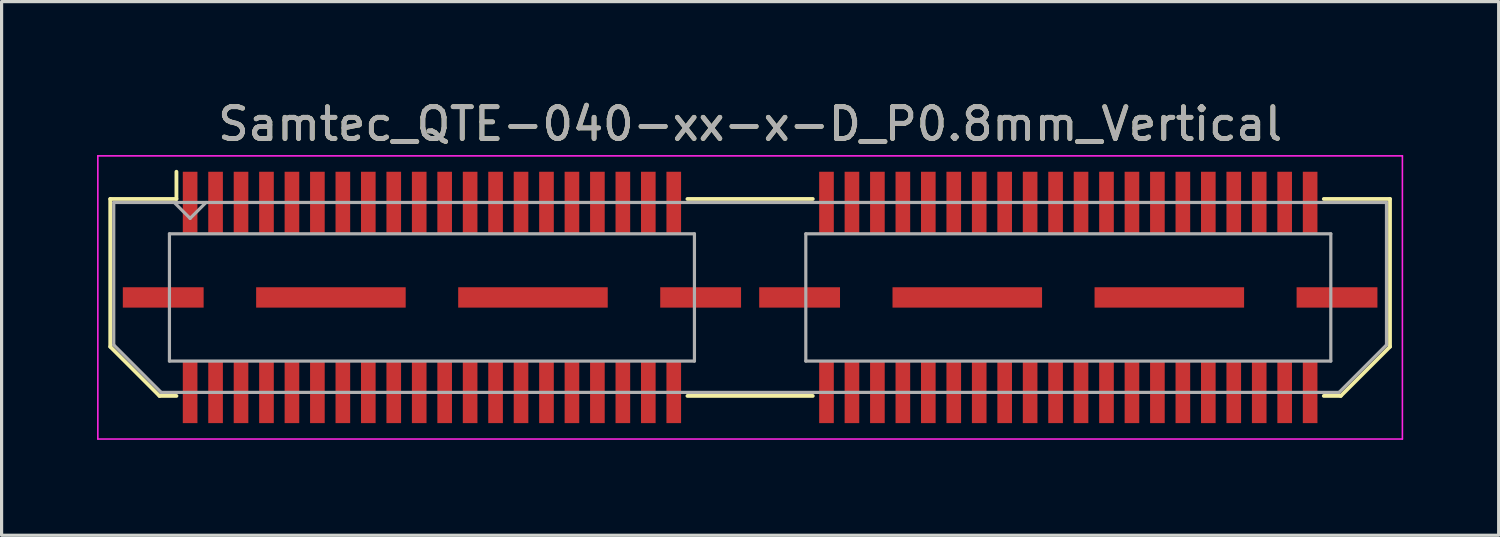
<source format=kicad_pcb>
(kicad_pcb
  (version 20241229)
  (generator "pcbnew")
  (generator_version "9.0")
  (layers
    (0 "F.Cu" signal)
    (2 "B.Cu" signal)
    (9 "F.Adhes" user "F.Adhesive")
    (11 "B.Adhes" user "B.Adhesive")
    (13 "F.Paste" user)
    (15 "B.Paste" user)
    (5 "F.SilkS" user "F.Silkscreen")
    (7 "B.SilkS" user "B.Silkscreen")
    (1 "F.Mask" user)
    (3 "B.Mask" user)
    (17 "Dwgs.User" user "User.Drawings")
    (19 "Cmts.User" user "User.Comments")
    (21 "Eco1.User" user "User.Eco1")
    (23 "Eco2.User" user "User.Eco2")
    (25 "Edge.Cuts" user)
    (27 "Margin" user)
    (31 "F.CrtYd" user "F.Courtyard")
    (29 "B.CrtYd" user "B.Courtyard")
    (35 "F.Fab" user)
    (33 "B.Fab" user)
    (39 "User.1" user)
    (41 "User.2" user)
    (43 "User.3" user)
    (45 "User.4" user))
  (footprint "Samtec_QTE-040-xx-x-D_P0.8mm_Vertical"
    (layer "F.Cu")
    (at 20.525 6.298)
    (property "Reference" "Samtec_QTE-040-xx-x-D_P0.8mm_Vertical" (at 0 -5.45 0) (layer "F.SilkS") (effects (font (size 1 1) (thickness 0.15))))
    (attr smd)
    (fp_line (start -20.11 -3.095) (end -20.11 1.548) (stroke (width 0.12) (type solid)) (layer "F.SilkS"))
    (fp_line (start -20.11 1.548) (end -18.562 3.095) (stroke (width 0.12) (type solid)) (layer "F.SilkS"))
    (fp_line (start -18.562 3.095) (end -18.03 3.095) (stroke (width 0.12) (type solid)) (layer "F.SilkS"))
    (fp_line (start -18.03 -3.95) (end -18.03 -3.095) (stroke (width 0.12) (type solid)) (layer "F.SilkS"))
    (fp_line (start -18.03 -3.095) (end -20.11 -3.095) (stroke (width 0.12) (type solid)) (layer "F.SilkS"))
    (fp_line (start -1.97 -3.095) (end 1.97 -3.095) (stroke (width 0.12) (type solid)) (layer "F.SilkS"))
    (fp_line (start -1.97 3.095) (end 1.97 3.095) (stroke (width 0.12) (type solid)) (layer "F.SilkS"))
    (fp_line (start 18.03 -3.095) (end 20.11 -3.095) (stroke (width 0.12) (type solid)) (layer "F.SilkS"))
    (fp_line (start 18.562 3.095) (end 18.03 3.095) (stroke (width 0.12) (type solid)) (layer "F.SilkS"))
    (fp_line (start 20.11 -3.095) (end 20.11 1.548) (stroke (width 0.12) (type solid)) (layer "F.SilkS"))
    (fp_line (start 20.11 1.548) (end 18.562 3.095) (stroke (width 0.12) (type solid)) (layer "F.SilkS"))
    (fp_line (start -20.5 -4.45) (end -20.5 4.45) (stroke (width 0.05) (type solid)) (layer "F.CrtYd"))
    (fp_line (start -20.5 4.45) (end 20.5 4.45) (stroke (width 0.05) (type solid)) (layer "F.CrtYd"))
    (fp_line (start 20.5 -4.45) (end -20.5 -4.45) (stroke (width 0.05) (type solid)) (layer "F.CrtYd"))
    (fp_line (start 20.5 4.45) (end 20.5 -4.45) (stroke (width 0.05) (type solid)) (layer "F.CrtYd"))
    (fp_line (start -20 -2.985) (end -20 1.492) (stroke (width 0.1) (type solid)) (layer "F.Fab"))
    (fp_line (start -20 -2.985) (end 20 -2.985) (stroke (width 0.1) (type solid)) (layer "F.Fab"))
    (fp_line (start -20 1.492) (end -18.508 2.985) (stroke (width 0.1) (type solid)) (layer "F.Fab"))
    (fp_line (start -18.508 2.985) (end 18.508 2.985) (stroke (width 0.1) (type solid)) (layer "F.Fab"))
    (fp_line (start -18.25 -2) (end -18.25 2) (stroke (width 0.1) (type solid)) (layer "F.Fab"))
    (fp_line (start -18.25 2) (end -1.75 2) (stroke (width 0.1) (type solid)) (layer "F.Fab"))
    (fp_line (start -17.6 -2.485) (end -18.1 -2.985) (stroke (width 0.1) (type solid)) (layer "F.Fab"))
    (fp_line (start -17.1 -2.985) (end -17.6 -2.485) (stroke (width 0.1) (type solid)) (layer "F.Fab"))
    (fp_line (start -1.75 -2) (end -18.25 -2) (stroke (width 0.1) (type solid)) (layer "F.Fab"))
    (fp_line (start -1.75 2) (end -1.75 -2) (stroke (width 0.1) (type solid)) (layer "F.Fab"))
    (fp_line (start 1.75 -2) (end 1.75 2) (stroke (width 0.1) (type solid)) (layer "F.Fab"))
    (fp_line (start 1.75 2) (end 18.25 2) (stroke (width 0.1) (type solid)) (layer "F.Fab"))
    (fp_line (start 18.25 -2) (end 1.75 -2) (stroke (width 0.1) (type solid)) (layer "F.Fab"))
    (fp_line (start 18.25 2) (end 18.25 -2) (stroke (width 0.1) (type solid)) (layer "F.Fab"))
    (fp_line (start 20 -2.985) (end 20 1.492) (stroke (width 0.1) (type solid)) (layer "F.Fab"))
    (fp_line (start 20 1.492) (end 18.508 2.985) (stroke (width 0.1) (type solid)) (layer "F.Fab"))
    (fp_text user "${REFERENCE}" (at 0 -5.45 0) (layer "F.Fab") (effects (font (size 1 1) (thickness 0.15))))
    (pad "1" smd rect (at -17.6 -2.98) (size 0.46 1.94) (layers "F.Cu" "F.Mask" "F.Paste"))
    (pad "2" smd rect (at -17.6 2.98) (size 0.46 1.94) (layers "F.Cu" "F.Mask" "F.Paste"))
    (pad "3" smd rect (at -16.8 -2.98) (size 0.46 1.94) (layers "F.Cu" "F.Mask" "F.Paste"))
    (pad "4" smd rect (at -16.8 2.98) (size 0.46 1.94) (layers "F.Cu" "F.Mask" "F.Paste"))
    (pad "5" smd rect (at -16 -2.98) (size 0.46 1.94) (layers "F.Cu" "F.Mask" "F.Paste"))
    (pad "6" smd rect (at -16 2.98) (size 0.46 1.94) (layers "F.Cu" "F.Mask" "F.Paste"))
    (pad "7" smd rect (at -15.2 -2.98) (size 0.46 1.94) (layers "F.Cu" "F.Mask" "F.Paste"))
    (pad "8" smd rect (at -15.2 2.98) (size 0.46 1.94) (layers "F.Cu" "F.Mask" "F.Paste"))
    (pad "9" smd rect (at -14.4 -2.98) (size 0.46 1.94) (layers "F.Cu" "F.Mask" "F.Paste"))
    (pad "10" smd rect (at -14.4 2.98) (size 0.46 1.94) (layers "F.Cu" "F.Mask" "F.Paste"))
    (pad "11" smd rect (at -13.6 -2.98) (size 0.46 1.94) (layers "F.Cu" "F.Mask" "F.Paste"))
    (pad "12" smd rect (at -13.6 2.98) (size 0.46 1.94) (layers "F.Cu" "F.Mask" "F.Paste"))
    (pad "13" smd rect (at -12.8 -2.98) (size 0.46 1.94) (layers "F.Cu" "F.Mask" "F.Paste"))
    (pad "14" smd rect (at -12.8 2.98) (size 0.46 1.94) (layers "F.Cu" "F.Mask" "F.Paste"))
    (pad "15" smd rect (at -12 -2.98) (size 0.46 1.94) (layers "F.Cu" "F.Mask" "F.Paste"))
    (pad "16" smd rect (at -12 2.98) (size 0.46 1.94) (layers "F.Cu" "F.Mask" "F.Paste"))
    (pad "17" smd rect (at -11.2 -2.98) (size 0.46 1.94) (layers "F.Cu" "F.Mask" "F.Paste"))
    (pad "18" smd rect (at -11.2 2.98) (size 0.46 1.94) (layers "F.Cu" "F.Mask" "F.Paste"))
    (pad "19" smd rect (at -10.4 -2.98) (size 0.46 1.94) (layers "F.Cu" "F.Mask" "F.Paste"))
    (pad "20" smd rect (at -10.4 2.98) (size 0.46 1.94) (layers "F.Cu" "F.Mask" "F.Paste"))
    (pad "21" smd rect (at -9.6 -2.98) (size 0.46 1.94) (layers "F.Cu" "F.Mask" "F.Paste"))
    (pad "22" smd rect (at -9.6 2.98) (size 0.46 1.94) (layers "F.Cu" "F.Mask" "F.Paste"))
    (pad "23" smd rect (at -8.8 -2.98) (size 0.46 1.94) (layers "F.Cu" "F.Mask" "F.Paste"))
    (pad "24" smd rect (at -8.8 2.98) (size 0.46 1.94) (layers "F.Cu" "F.Mask" "F.Paste"))
    (pad "25" smd rect (at -8 -2.98) (size 0.46 1.94) (layers "F.Cu" "F.Mask" "F.Paste"))
    (pad "26" smd rect (at -8 2.98) (size 0.46 1.94) (layers "F.Cu" "F.Mask" "F.Paste"))
    (pad "27" smd rect (at -7.2 -2.98) (size 0.46 1.94) (layers "F.Cu" "F.Mask" "F.Paste"))
    (pad "28" smd rect (at -7.2 2.98) (size 0.46 1.94) (layers "F.Cu" "F.Mask" "F.Paste"))
    (pad "29" smd rect (at -6.4 -2.98) (size 0.46 1.94) (layers "F.Cu" "F.Mask" "F.Paste"))
    (pad "30" smd rect (at -6.4 2.98) (size 0.46 1.94) (layers "F.Cu" "F.Mask" "F.Paste"))
    (pad "31" smd rect (at -5.6 -2.98) (size 0.46 1.94) (layers "F.Cu" "F.Mask" "F.Paste"))
    (pad "32" smd rect (at -5.6 2.98) (size 0.46 1.94) (layers "F.Cu" "F.Mask" "F.Paste"))
    (pad "33" smd rect (at -4.8 -2.98) (size 0.46 1.94) (layers "F.Cu" "F.Mask" "F.Paste"))
    (pad "34" smd rect (at -4.8 2.98) (size 0.46 1.94) (layers "F.Cu" "F.Mask" "F.Paste"))
    (pad "35" smd rect (at -4 -2.98) (size 0.46 1.94) (layers "F.Cu" "F.Mask" "F.Paste"))
    (pad "36" smd rect (at -4 2.98) (size 0.46 1.94) (layers "F.Cu" "F.Mask" "F.Paste"))
    (pad "37" smd rect (at -3.2 -2.98) (size 0.46 1.94) (layers "F.Cu" "F.Mask" "F.Paste"))
    (pad "38" smd rect (at -3.2 2.98) (size 0.46 1.94) (layers "F.Cu" "F.Mask" "F.Paste"))
    (pad "39" smd rect (at -2.4 -2.98) (size 0.46 1.94) (layers "F.Cu" "F.Mask" "F.Paste"))
    (pad "40" smd rect (at -2.4 2.98) (size 0.46 1.94) (layers "F.Cu" "F.Mask" "F.Paste"))
    (pad "41" smd rect (at 2.4 -2.98) (size 0.46 1.94) (layers "F.Cu" "F.Mask" "F.Paste"))
    (pad "42" smd rect (at 2.4 2.98) (size 0.46 1.94) (layers "F.Cu" "F.Mask" "F.Paste"))
    (pad "43" smd rect (at 3.2 -2.98) (size 0.46 1.94) (layers "F.Cu" "F.Mask" "F.Paste"))
    (pad "44" smd rect (at 3.2 2.98) (size 0.46 1.94) (layers "F.Cu" "F.Mask" "F.Paste"))
    (pad "45" smd rect (at 4 -2.98) (size 0.46 1.94) (layers "F.Cu" "F.Mask" "F.Paste"))
    (pad "46" smd rect (at 4 2.98) (size 0.46 1.94) (layers "F.Cu" "F.Mask" "F.Paste"))
    (pad "47" smd rect (at 4.8 -2.98) (size 0.46 1.94) (layers "F.Cu" "F.Mask" "F.Paste"))
    (pad "48" smd rect (at 4.8 2.98) (size 0.46 1.94) (layers "F.Cu" "F.Mask" "F.Paste"))
    (pad "49" smd rect (at 5.6 -2.98) (size 0.46 1.94) (layers "F.Cu" "F.Mask" "F.Paste"))
    (pad "50" smd rect (at 5.6 2.98) (size 0.46 1.94) (layers "F.Cu" "F.Mask" "F.Paste"))
    (pad "51" smd rect (at 6.4 -2.98) (size 0.46 1.94) (layers "F.Cu" "F.Mask" "F.Paste"))
    (pad "52" smd rect (at 6.4 2.98) (size 0.46 1.94) (layers "F.Cu" "F.Mask" "F.Paste"))
    (pad "53" smd rect (at 7.2 -2.98) (size 0.46 1.94) (layers "F.Cu" "F.Mask" "F.Paste"))
    (pad "54" smd rect (at 7.2 2.98) (size 0.46 1.94) (layers "F.Cu" "F.Mask" "F.Paste"))
    (pad "55" smd rect (at 8 -2.98) (size 0.46 1.94) (layers "F.Cu" "F.Mask" "F.Paste"))
    (pad "56" smd rect (at 8 2.98) (size 0.46 1.94) (layers "F.Cu" "F.Mask" "F.Paste"))
    (pad "57" smd rect (at 8.8 -2.98) (size 0.46 1.94) (layers "F.Cu" "F.Mask" "F.Paste"))
    (pad "58" smd rect (at 8.8 2.98) (size 0.46 1.94) (layers "F.Cu" "F.Mask" "F.Paste"))
    (pad "59" smd rect (at 9.6 -2.98) (size 0.46 1.94) (layers "F.Cu" "F.Mask" "F.Paste"))
    (pad "60" smd rect (at 9.6 2.98) (size 0.46 1.94) (layers "F.Cu" "F.Mask" "F.Paste"))
    (pad "61" smd rect (at 10.4 -2.98) (size 0.46 1.94) (layers "F.Cu" "F.Mask" "F.Paste"))
    (pad "62" smd rect (at 10.4 2.98) (size 0.46 1.94) (layers "F.Cu" "F.Mask" "F.Paste"))
    (pad "63" smd rect (at 11.2 -2.98) (size 0.46 1.94) (layers "F.Cu" "F.Mask" "F.Paste"))
    (pad "64" smd rect (at 11.2 2.98) (size 0.46 1.94) (layers "F.Cu" "F.Mask" "F.Paste"))
    (pad "65" smd rect (at 12 -2.98) (size 0.46 1.94) (layers "F.Cu" "F.Mask" "F.Paste"))
    (pad "66" smd rect (at 12 2.98) (size 0.46 1.94) (layers "F.Cu" "F.Mask" "F.Paste"))
    (pad "67" smd rect (at 12.8 -2.98) (size 0.46 1.94) (layers "F.Cu" "F.Mask" "F.Paste"))
    (pad "68" smd rect (at 12.8 2.98) (size 0.46 1.94) (layers "F.Cu" "F.Mask" "F.Paste"))
    (pad "69" smd rect (at 13.6 -2.98) (size 0.46 1.94) (layers "F.Cu" "F.Mask" "F.Paste"))
    (pad "70" smd rect (at 13.6 2.98) (size 0.46 1.94) (layers "F.Cu" "F.Mask" "F.Paste"))
    (pad "71" smd rect (at 14.4 -2.98) (size 0.46 1.94) (layers "F.Cu" "F.Mask" "F.Paste"))
    (pad "72" smd rect (at 14.4 2.98) (size 0.46 1.94) (layers "F.Cu" "F.Mask" "F.Paste"))
    (pad "73" smd rect (at 15.2 -2.98) (size 0.46 1.94) (layers "F.Cu" "F.Mask" "F.Paste"))
    (pad "74" smd rect (at 15.2 2.98) (size 0.46 1.94) (layers "F.Cu" "F.Mask" "F.Paste"))
    (pad "75" smd rect (at 16 -2.98) (size 0.46 1.94) (layers "F.Cu" "F.Mask" "F.Paste"))
    (pad "76" smd rect (at 16 2.98) (size 0.46 1.94) (layers "F.Cu" "F.Mask" "F.Paste"))
    (pad "77" smd rect (at 16.8 -2.98) (size 0.46 1.94) (layers "F.Cu" "F.Mask" "F.Paste"))
    (pad "78" smd rect (at 16.8 2.98) (size 0.46 1.94) (layers "F.Cu" "F.Mask" "F.Paste"))
    (pad "79" smd rect (at 17.6 -2.98) (size 0.46 1.94) (layers "F.Cu" "F.Mask" "F.Paste"))
    (pad "80" smd rect (at 17.6 2.98) (size 0.46 1.94) (layers "F.Cu" "F.Mask" "F.Paste"))
    (pad "P1" smd rect (at -18.445 0) (size 2.54 0.64) (layers "F.Cu" "F.Mask" "F.Paste"))
    (pad "P1" smd rect (at -13.175 0) (size 4.7 0.64) (layers "F.Cu" "F.Mask" "F.Paste"))
    (pad "P1" smd rect (at -6.825 0) (size 4.7 0.64) (layers "F.Cu" "F.Mask" "F.Paste"))
    (pad "P1" smd rect (at -1.555 0) (size 2.54 0.64) (layers "F.Cu" "F.Mask" "F.Paste"))
    (pad "P2" smd rect (at 1.555 0) (size 2.54 0.64) (layers "F.Cu" "F.Mask" "F.Paste"))
    (pad "P2" smd rect (at 6.825 0) (size 4.7 0.64) (layers "F.Cu" "F.Mask" "F.Paste"))
    (pad "P2" smd rect (at 13.175 0) (size 4.7 0.64) (layers "F.Cu" "F.Mask" "F.Paste"))
    (pad "P2" smd rect (at 18.445 0) (size 2.54 0.64) (layers "F.Cu" "F.Mask" "F.Paste")))
  (gr_rect
    (start -3 -3)
    (end 44.05 13.773)
    (stroke (width 0.1) (type default))
    (fill no)
    (layer "Edge.Cuts")))
</source>
